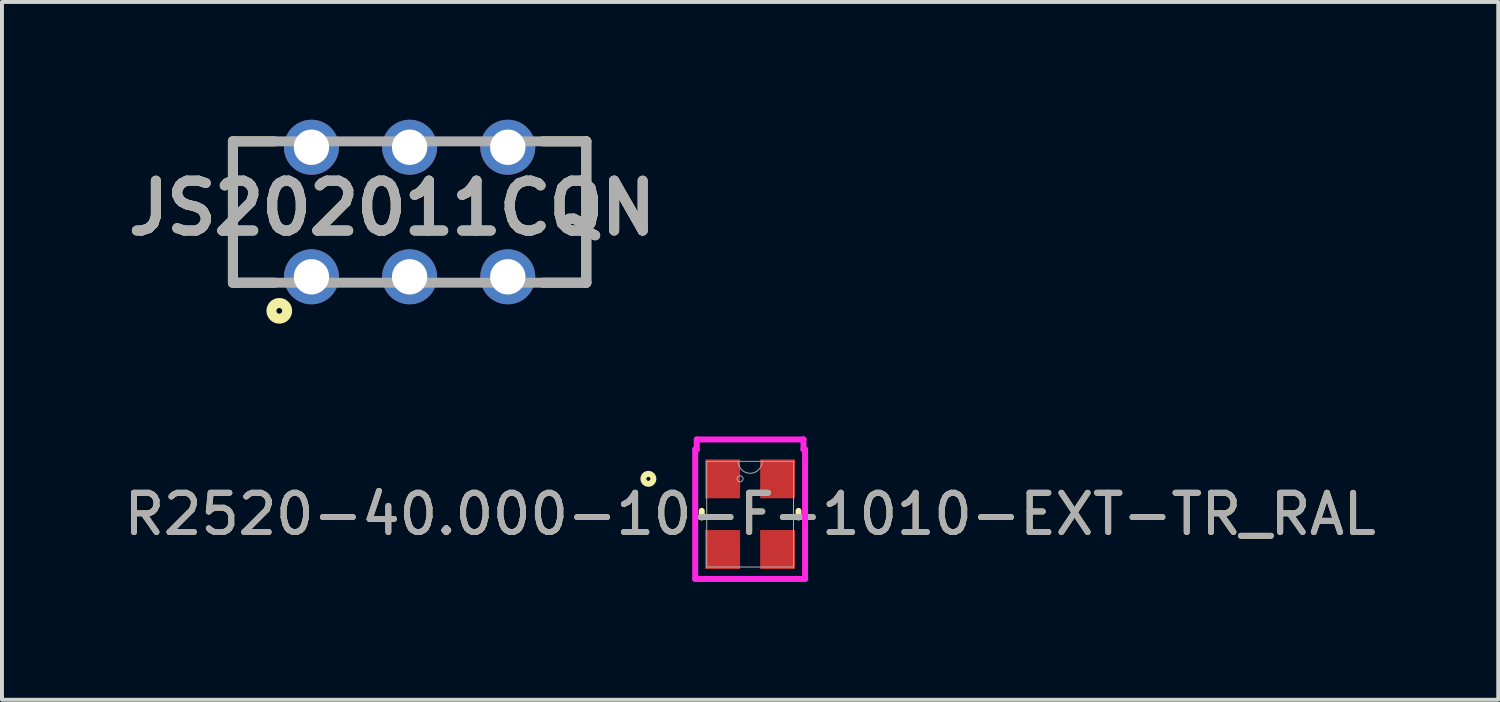
<source format=kicad_pcb>
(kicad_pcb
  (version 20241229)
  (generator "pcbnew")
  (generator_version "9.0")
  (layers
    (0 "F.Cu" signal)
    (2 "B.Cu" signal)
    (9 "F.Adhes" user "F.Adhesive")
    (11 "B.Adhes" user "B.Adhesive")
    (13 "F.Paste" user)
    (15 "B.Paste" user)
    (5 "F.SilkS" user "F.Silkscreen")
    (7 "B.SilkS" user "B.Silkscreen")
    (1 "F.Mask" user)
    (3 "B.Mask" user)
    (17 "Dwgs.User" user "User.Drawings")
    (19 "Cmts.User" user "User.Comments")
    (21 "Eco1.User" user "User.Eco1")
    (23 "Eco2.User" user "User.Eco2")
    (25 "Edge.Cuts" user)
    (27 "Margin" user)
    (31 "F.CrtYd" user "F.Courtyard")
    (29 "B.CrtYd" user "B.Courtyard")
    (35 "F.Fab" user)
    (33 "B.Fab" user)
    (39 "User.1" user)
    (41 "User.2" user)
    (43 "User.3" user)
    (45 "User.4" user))
  (footprint "R2520-40.000-10-F-1010-EXT-TR_RAL"
    (layer "F.Cu")
    (at 16.054 10.045)
    (property "Reference" "R2520-40.000-10-F-1010-EXT-TR_RAL" (at 0 0 0) (unlocked yes) (layer "F.SilkS") (effects (font (size 1 1) (thickness 0.15))))
    (attr smd)
    (fp_line (start -1.232 -0.084) (end -1.232 0.084) (stroke (width 0.152) (type solid)) (layer "F.SilkS"))
    (fp_line (start 1.232 0.084) (end 1.232 -0.084) (stroke (width 0.152) (type solid)) (layer "F.SilkS"))
    (fp_circle (center -2.591 -0.9) (end -2.464 -0.9) (stroke (width 0.152) (type solid)) (fill no) (layer "F.SilkS"))
    (fp_line (start -1.399 -1.649) (end -1.359 -1.649) (stroke (width 0.152) (type solid)) (layer "F.CrtYd"))
    (fp_line (start -1.399 1.649) (end -1.399 -1.649) (stroke (width 0.152) (type solid)) (layer "F.CrtYd"))
    (fp_line (start -1.399 1.649) (end -1.359 1.649) (stroke (width 0.152) (type solid)) (layer "F.CrtYd"))
    (fp_line (start -1.359 -1.903) (end 1.359 -1.903) (stroke (width 0.152) (type solid)) (layer "F.CrtYd"))
    (fp_line (start -1.359 -1.649) (end -1.359 -1.903) (stroke (width 0.152) (type solid)) (layer "F.CrtYd"))
    (fp_line (start -1.359 1.649) (end -1.359 1.649) (stroke (width 0.152) (type solid)) (layer "F.CrtYd"))
    (fp_line (start 1.359 -1.903) (end 1.359 -1.649) (stroke (width 0.152) (type solid)) (layer "F.CrtYd"))
    (fp_line (start 1.359 1.649) (end -1.359 1.649) (stroke (width 0.152) (type solid)) (layer "F.CrtYd"))
    (fp_line (start 1.359 1.649) (end 1.359 1.649) (stroke (width 0.152) (type solid)) (layer "F.CrtYd"))
    (fp_line (start 1.399 -1.649) (end 1.359 -1.649) (stroke (width 0.152) (type solid)) (layer "F.CrtYd"))
    (fp_line (start 1.399 -1.649) (end 1.399 1.649) (stroke (width 0.152) (type solid)) (layer "F.CrtYd"))
    (fp_line (start 1.399 1.649) (end 1.359 1.649) (stroke (width 0.152) (type solid)) (layer "F.CrtYd"))
    (fp_line (start -1.105 -1.346) (end -1.105 1.346) (stroke (width 0.025) (type solid)) (layer "F.Fab"))
    (fp_line (start -1.105 1.346) (end 1.105 1.346) (stroke (width 0.025) (type solid)) (layer "F.Fab"))
    (fp_line (start 1.105 -1.346) (end -1.105 -1.346) (stroke (width 0.025) (type solid)) (layer "F.Fab"))
    (fp_line (start 1.105 1.346) (end 1.105 -1.346) (stroke (width 0.025) (type solid)) (layer "F.Fab"))
    (fp_arc (start 0.3048 -1.3462) (mid 0 -1.0414) (end -0.3048 -1.3462) (stroke (width 0.0254) (type solid)) (layer "F.Fab"))
    (fp_circle (center -0.256 -0.9) (end -0.179 -0.9) (stroke (width 0.025) (type solid)) (fill no) (layer "F.Fab"))
    (fp_text user "${REFERENCE}" (at 0 0 0) (unlocked yes) (layer "F.Fab") (effects (font (size 1 1) (thickness 0.15))))
    (pad "1" smd rect (at -0.7 -0.9) (size 0.889 0.991) (layers "F.Cu" "F.Mask" "F.Paste"))
    (pad "2" smd rect (at -0.7 0.9) (size 0.889 0.991) (layers "F.Cu" "F.Mask" "F.Paste"))
    (pad "3" smd rect (at 0.7 0.9) (size 0.889 0.991) (layers "F.Cu" "F.Mask" "F.Paste"))
    (pad "4" smd rect (at 0.7 -0.9) (size 0.889 0.991) (layers "F.Cu" "F.Mask" "F.Paste")))
  (footprint "JS202011CQN"
    (layer "F.Cu")
    (at 7.382 2.35)
    (property "Reference" "JS202011CQN" (at -0.445 -0.103 0) (layer "F.SilkS") (effects (font (size 1.27 1.27) (thickness 0.254))))
    (attr through_hole)
    (fp_line (start -4.5 -1.8) (end -4.5 1.8) (stroke (width 0.254) (type solid)) (layer "F.SilkS"))
    (fp_line (start -4.5 -1.8) (end -3.433 -1.8) (stroke (width 0.254) (type solid)) (layer "F.SilkS"))
    (fp_line (start -4.5 1.8) (end -3.433 1.8) (stroke (width 0.254) (type solid)) (layer "F.SilkS"))
    (fp_line (start 4.5 -1.8) (end 3.393 -1.8) (stroke (width 0.254) (type solid)) (layer "F.SilkS"))
    (fp_line (start 4.5 1.8) (end 3.393 1.8) (stroke (width 0.254) (type solid)) (layer "F.SilkS"))
    (fp_line (start 4.5 1.8) (end 4.5 -1.8) (stroke (width 0.254) (type solid)) (layer "F.SilkS"))
    (fp_circle (center -3.319 2.516) (end -3.319 2.589) (stroke (width 0.254) (type solid)) (fill no) (layer "F.SilkS"))
    (fp_line (start -4.5 -1.8) (end 4.5 -1.8) (stroke (width 0.254) (type solid)) (layer "F.Fab"))
    (fp_line (start -4.5 1.8) (end -4.5 -1.8) (stroke (width 0.254) (type solid)) (layer "F.Fab"))
    (fp_line (start 4.5 -1.8) (end 4.5 1.8) (stroke (width 0.254) (type solid)) (layer "F.Fab"))
    (fp_line (start 4.5 1.8) (end -4.5 1.8) (stroke (width 0.254) (type solid)) (layer "F.Fab"))
    (fp_text user "${REFERENCE}" (at -0.445 -0.103 0) (layer "F.Fab") (effects (font (size 1.27 1.27) (thickness 0.254))))
    (pad "1" thru_hole circle (at -2.5 1.65) (size 1.4 1.4) (drill 0.9) (layers "*.Cu" "*.Mask"))
    (pad "2" thru_hole circle (at 0 1.65) (size 1.4 1.4) (drill 0.9) (layers "*.Cu" "*.Mask"))
    (pad "3" thru_hole circle (at 2.5 1.65) (size 1.4 1.4) (drill 0.9) (layers "*.Cu" "*.Mask"))
    (pad "4" thru_hole circle (at -2.5 -1.65) (size 1.4 1.4) (drill 0.9) (layers "*.Cu" "*.Mask"))
    (pad "5" thru_hole circle (at 0 -1.65) (size 1.4 1.4) (drill 0.9) (layers "*.Cu" "*.Mask"))
    (pad "6" thru_hole circle (at 2.5 -1.65) (size 1.4 1.4) (drill 0.9) (layers "*.Cu" "*.Mask")))
  (gr_rect
    (start -3 -3)
    (end 35.107 14.771)
    (stroke (width 0.1) (type default))
    (fill no)
    (layer "Edge.Cuts")))
</source>
